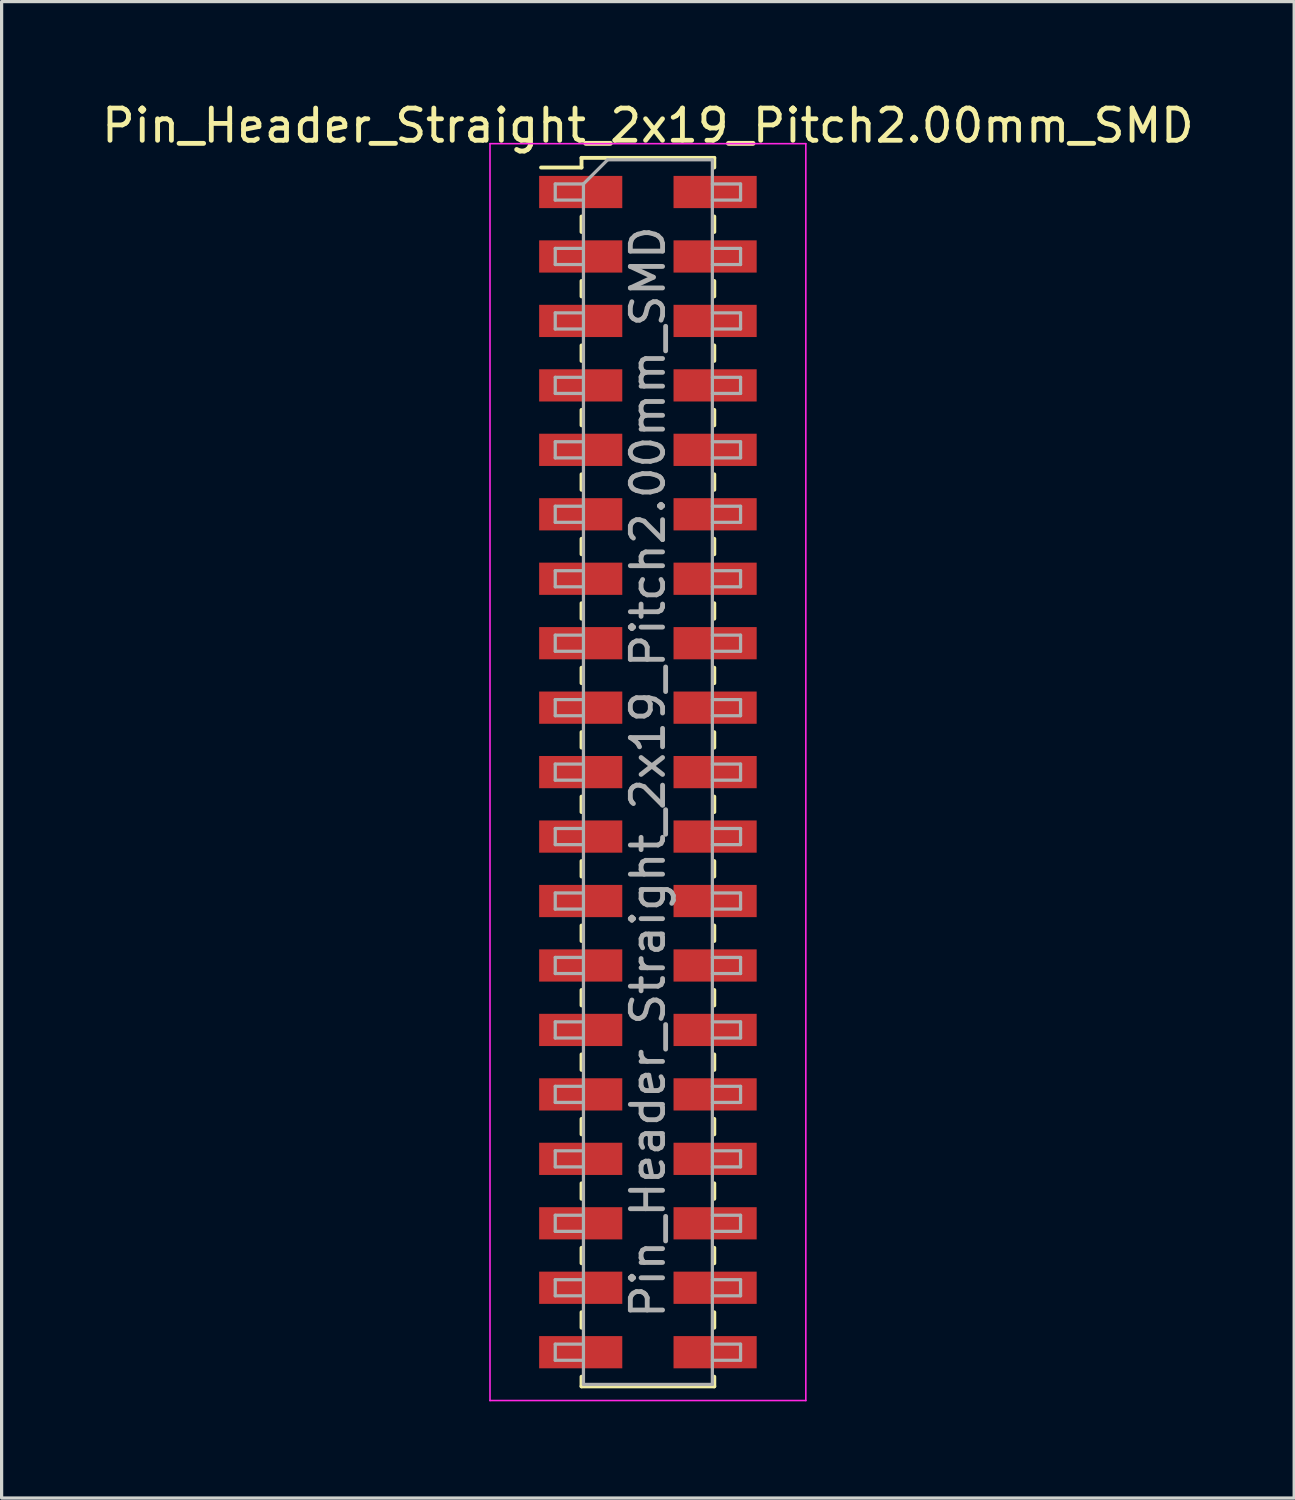
<source format=kicad_pcb>
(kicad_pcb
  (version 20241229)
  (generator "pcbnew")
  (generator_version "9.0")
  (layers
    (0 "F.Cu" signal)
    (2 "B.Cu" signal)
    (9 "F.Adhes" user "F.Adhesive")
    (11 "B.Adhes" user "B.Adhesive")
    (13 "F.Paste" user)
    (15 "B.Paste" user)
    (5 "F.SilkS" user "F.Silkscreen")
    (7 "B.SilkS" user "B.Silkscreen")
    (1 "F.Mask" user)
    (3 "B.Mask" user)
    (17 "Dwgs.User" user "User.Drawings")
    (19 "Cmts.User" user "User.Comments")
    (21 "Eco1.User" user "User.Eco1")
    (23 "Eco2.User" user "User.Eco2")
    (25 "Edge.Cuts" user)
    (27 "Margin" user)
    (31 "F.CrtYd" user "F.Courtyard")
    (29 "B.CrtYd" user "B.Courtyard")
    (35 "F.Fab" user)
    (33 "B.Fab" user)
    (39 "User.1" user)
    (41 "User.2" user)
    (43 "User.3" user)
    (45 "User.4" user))
  (footprint "Pin_Header_Straight_2x19_Pitch2.00mm_SMD"
    (layer "F.Cu")
    (at 17.054 20.908)
    (property "Reference" "Pin_Header_Straight_2x19_Pitch2.00mm_SMD" (at 0 -20.06 0) (layer "F.SilkS") (effects (font (size 1 1) (thickness 0.15))))
    (attr smd)
    (fp_line (start -3.315 -18.76) (end -2.06 -18.76) (stroke (width 0.12) (type solid)) (layer "F.SilkS"))
    (fp_line (start -2.06 -19.06) (end -2.06 -18.76) (stroke (width 0.12) (type solid)) (layer "F.SilkS"))
    (fp_line (start -2.06 -19.06) (end 2.06 -19.06) (stroke (width 0.12) (type solid)) (layer "F.SilkS"))
    (fp_line (start -2.06 -17.24) (end -2.06 -16.76) (stroke (width 0.12) (type solid)) (layer "F.SilkS"))
    (fp_line (start -2.06 -15.24) (end -2.06 -14.76) (stroke (width 0.12) (type solid)) (layer "F.SilkS"))
    (fp_line (start -2.06 -13.24) (end -2.06 -12.76) (stroke (width 0.12) (type solid)) (layer "F.SilkS"))
    (fp_line (start -2.06 -11.24) (end -2.06 -10.76) (stroke (width 0.12) (type solid)) (layer "F.SilkS"))
    (fp_line (start -2.06 -9.24) (end -2.06 -8.76) (stroke (width 0.12) (type solid)) (layer "F.SilkS"))
    (fp_line (start -2.06 -7.24) (end -2.06 -6.76) (stroke (width 0.12) (type solid)) (layer "F.SilkS"))
    (fp_line (start -2.06 -5.24) (end -2.06 -4.76) (stroke (width 0.12) (type solid)) (layer "F.SilkS"))
    (fp_line (start -2.06 -3.24) (end -2.06 -2.76) (stroke (width 0.12) (type solid)) (layer "F.SilkS"))
    (fp_line (start -2.06 -1.24) (end -2.06 -0.76) (stroke (width 0.12) (type solid)) (layer "F.SilkS"))
    (fp_line (start -2.06 0.76) (end -2.06 1.24) (stroke (width 0.12) (type solid)) (layer "F.SilkS"))
    (fp_line (start -2.06 2.76) (end -2.06 3.24) (stroke (width 0.12) (type solid)) (layer "F.SilkS"))
    (fp_line (start -2.06 4.76) (end -2.06 5.24) (stroke (width 0.12) (type solid)) (layer "F.SilkS"))
    (fp_line (start -2.06 6.76) (end -2.06 7.24) (stroke (width 0.12) (type solid)) (layer "F.SilkS"))
    (fp_line (start -2.06 8.76) (end -2.06 9.24) (stroke (width 0.12) (type solid)) (layer "F.SilkS"))
    (fp_line (start -2.06 10.76) (end -2.06 11.24) (stroke (width 0.12) (type solid)) (layer "F.SilkS"))
    (fp_line (start -2.06 12.76) (end -2.06 13.24) (stroke (width 0.12) (type solid)) (layer "F.SilkS"))
    (fp_line (start -2.06 14.76) (end -2.06 15.24) (stroke (width 0.12) (type solid)) (layer "F.SilkS"))
    (fp_line (start -2.06 16.76) (end -2.06 17.24) (stroke (width 0.12) (type solid)) (layer "F.SilkS"))
    (fp_line (start -2.06 18.76) (end -2.06 19.06) (stroke (width 0.12) (type solid)) (layer "F.SilkS"))
    (fp_line (start -2.06 19.06) (end 2.06 19.06) (stroke (width 0.12) (type solid)) (layer "F.SilkS"))
    (fp_line (start 2.06 -19.06) (end 2.06 -18.76) (stroke (width 0.12) (type solid)) (layer "F.SilkS"))
    (fp_line (start 2.06 -17.24) (end 2.06 -16.76) (stroke (width 0.12) (type solid)) (layer "F.SilkS"))
    (fp_line (start 2.06 -15.24) (end 2.06 -14.76) (stroke (width 0.12) (type solid)) (layer "F.SilkS"))
    (fp_line (start 2.06 -13.24) (end 2.06 -12.76) (stroke (width 0.12) (type solid)) (layer "F.SilkS"))
    (fp_line (start 2.06 -11.24) (end 2.06 -10.76) (stroke (width 0.12) (type solid)) (layer "F.SilkS"))
    (fp_line (start 2.06 -9.24) (end 2.06 -8.76) (stroke (width 0.12) (type solid)) (layer "F.SilkS"))
    (fp_line (start 2.06 -7.24) (end 2.06 -6.76) (stroke (width 0.12) (type solid)) (layer "F.SilkS"))
    (fp_line (start 2.06 -5.24) (end 2.06 -4.76) (stroke (width 0.12) (type solid)) (layer "F.SilkS"))
    (fp_line (start 2.06 -3.24) (end 2.06 -2.76) (stroke (width 0.12) (type solid)) (layer "F.SilkS"))
    (fp_line (start 2.06 -1.24) (end 2.06 -0.76) (stroke (width 0.12) (type solid)) (layer "F.SilkS"))
    (fp_line (start 2.06 0.76) (end 2.06 1.24) (stroke (width 0.12) (type solid)) (layer "F.SilkS"))
    (fp_line (start 2.06 2.76) (end 2.06 3.24) (stroke (width 0.12) (type solid)) (layer "F.SilkS"))
    (fp_line (start 2.06 4.76) (end 2.06 5.24) (stroke (width 0.12) (type solid)) (layer "F.SilkS"))
    (fp_line (start 2.06 6.76) (end 2.06 7.24) (stroke (width 0.12) (type solid)) (layer "F.SilkS"))
    (fp_line (start 2.06 8.76) (end 2.06 9.24) (stroke (width 0.12) (type solid)) (layer "F.SilkS"))
    (fp_line (start 2.06 10.76) (end 2.06 11.24) (stroke (width 0.12) (type solid)) (layer "F.SilkS"))
    (fp_line (start 2.06 12.76) (end 2.06 13.24) (stroke (width 0.12) (type solid)) (layer "F.SilkS"))
    (fp_line (start 2.06 14.76) (end 2.06 15.24) (stroke (width 0.12) (type solid)) (layer "F.SilkS"))
    (fp_line (start 2.06 16.76) (end 2.06 17.24) (stroke (width 0.12) (type solid)) (layer "F.SilkS"))
    (fp_line (start 2.06 18.76) (end 2.06 19.06) (stroke (width 0.12) (type solid)) (layer "F.SilkS"))
    (fp_line (start -4.9 -19.5) (end -4.9 19.5) (stroke (width 0.05) (type solid)) (layer "F.CrtYd"))
    (fp_line (start -4.9 19.5) (end 4.9 19.5) (stroke (width 0.05) (type solid)) (layer "F.CrtYd"))
    (fp_line (start 4.9 -19.5) (end -4.9 -19.5) (stroke (width 0.05) (type solid)) (layer "F.CrtYd"))
    (fp_line (start 4.9 19.5) (end 4.9 -19.5) (stroke (width 0.05) (type solid)) (layer "F.CrtYd"))
    (fp_line (start -2.875 -18.25) (end -2.875 -17.75) (stroke (width 0.1) (type solid)) (layer "F.Fab"))
    (fp_line (start -2.875 -17.75) (end -2 -17.75) (stroke (width 0.1) (type solid)) (layer "F.Fab"))
    (fp_line (start -2.875 -16.25) (end -2.875 -15.75) (stroke (width 0.1) (type solid)) (layer "F.Fab"))
    (fp_line (start -2.875 -15.75) (end -2 -15.75) (stroke (width 0.1) (type solid)) (layer "F.Fab"))
    (fp_line (start -2.875 -14.25) (end -2.875 -13.75) (stroke (width 0.1) (type solid)) (layer "F.Fab"))
    (fp_line (start -2.875 -13.75) (end -2 -13.75) (stroke (width 0.1) (type solid)) (layer "F.Fab"))
    (fp_line (start -2.875 -12.25) (end -2.875 -11.75) (stroke (width 0.1) (type solid)) (layer "F.Fab"))
    (fp_line (start -2.875 -11.75) (end -2 -11.75) (stroke (width 0.1) (type solid)) (layer "F.Fab"))
    (fp_line (start -2.875 -10.25) (end -2.875 -9.75) (stroke (width 0.1) (type solid)) (layer "F.Fab"))
    (fp_line (start -2.875 -9.75) (end -2 -9.75) (stroke (width 0.1) (type solid)) (layer "F.Fab"))
    (fp_line (start -2.875 -8.25) (end -2.875 -7.75) (stroke (width 0.1) (type solid)) (layer "F.Fab"))
    (fp_line (start -2.875 -7.75) (end -2 -7.75) (stroke (width 0.1) (type solid)) (layer "F.Fab"))
    (fp_line (start -2.875 -6.25) (end -2.875 -5.75) (stroke (width 0.1) (type solid)) (layer "F.Fab"))
    (fp_line (start -2.875 -5.75) (end -2 -5.75) (stroke (width 0.1) (type solid)) (layer "F.Fab"))
    (fp_line (start -2.875 -4.25) (end -2.875 -3.75) (stroke (width 0.1) (type solid)) (layer "F.Fab"))
    (fp_line (start -2.875 -3.75) (end -2 -3.75) (stroke (width 0.1) (type solid)) (layer "F.Fab"))
    (fp_line (start -2.875 -2.25) (end -2.875 -1.75) (stroke (width 0.1) (type solid)) (layer "F.Fab"))
    (fp_line (start -2.875 -1.75) (end -2 -1.75) (stroke (width 0.1) (type solid)) (layer "F.Fab"))
    (fp_line (start -2.875 -0.25) (end -2.875 0.25) (stroke (width 0.1) (type solid)) (layer "F.Fab"))
    (fp_line (start -2.875 0.25) (end -2 0.25) (stroke (width 0.1) (type solid)) (layer "F.Fab"))
    (fp_line (start -2.875 1.75) (end -2.875 2.25) (stroke (width 0.1) (type solid)) (layer "F.Fab"))
    (fp_line (start -2.875 2.25) (end -2 2.25) (stroke (width 0.1) (type solid)) (layer "F.Fab"))
    (fp_line (start -2.875 3.75) (end -2.875 4.25) (stroke (width 0.1) (type solid)) (layer "F.Fab"))
    (fp_line (start -2.875 4.25) (end -2 4.25) (stroke (width 0.1) (type solid)) (layer "F.Fab"))
    (fp_line (start -2.875 5.75) (end -2.875 6.25) (stroke (width 0.1) (type solid)) (layer "F.Fab"))
    (fp_line (start -2.875 6.25) (end -2 6.25) (stroke (width 0.1) (type solid)) (layer "F.Fab"))
    (fp_line (start -2.875 7.75) (end -2.875 8.25) (stroke (width 0.1) (type solid)) (layer "F.Fab"))
    (fp_line (start -2.875 8.25) (end -2 8.25) (stroke (width 0.1) (type solid)) (layer "F.Fab"))
    (fp_line (start -2.875 9.75) (end -2.875 10.25) (stroke (width 0.1) (type solid)) (layer "F.Fab"))
    (fp_line (start -2.875 10.25) (end -2 10.25) (stroke (width 0.1) (type solid)) (layer "F.Fab"))
    (fp_line (start -2.875 11.75) (end -2.875 12.25) (stroke (width 0.1) (type solid)) (layer "F.Fab"))
    (fp_line (start -2.875 12.25) (end -2 12.25) (stroke (width 0.1) (type solid)) (layer "F.Fab"))
    (fp_line (start -2.875 13.75) (end -2.875 14.25) (stroke (width 0.1) (type solid)) (layer "F.Fab"))
    (fp_line (start -2.875 14.25) (end -2 14.25) (stroke (width 0.1) (type solid)) (layer "F.Fab"))
    (fp_line (start -2.875 15.75) (end -2.875 16.25) (stroke (width 0.1) (type solid)) (layer "F.Fab"))
    (fp_line (start -2.875 16.25) (end -2 16.25) (stroke (width 0.1) (type solid)) (layer "F.Fab"))
    (fp_line (start -2.875 17.75) (end -2.875 18.25) (stroke (width 0.1) (type solid)) (layer "F.Fab"))
    (fp_line (start -2.875 18.25) (end -2 18.25) (stroke (width 0.1) (type solid)) (layer "F.Fab"))
    (fp_line (start -2 -18.25) (end -2.875 -18.25) (stroke (width 0.1) (type solid)) (layer "F.Fab"))
    (fp_line (start -2 -18.25) (end -1.25 -19) (stroke (width 0.1) (type solid)) (layer "F.Fab"))
    (fp_line (start -2 -16.25) (end -2.875 -16.25) (stroke (width 0.1) (type solid)) (layer "F.Fab"))
    (fp_line (start -2 -14.25) (end -2.875 -14.25) (stroke (width 0.1) (type solid)) (layer "F.Fab"))
    (fp_line (start -2 -12.25) (end -2.875 -12.25) (stroke (width 0.1) (type solid)) (layer "F.Fab"))
    (fp_line (start -2 -10.25) (end -2.875 -10.25) (stroke (width 0.1) (type solid)) (layer "F.Fab"))
    (fp_line (start -2 -8.25) (end -2.875 -8.25) (stroke (width 0.1) (type solid)) (layer "F.Fab"))
    (fp_line (start -2 -6.25) (end -2.875 -6.25) (stroke (width 0.1) (type solid)) (layer "F.Fab"))
    (fp_line (start -2 -4.25) (end -2.875 -4.25) (stroke (width 0.1) (type solid)) (layer "F.Fab"))
    (fp_line (start -2 -2.25) (end -2.875 -2.25) (stroke (width 0.1) (type solid)) (layer "F.Fab"))
    (fp_line (start -2 -0.25) (end -2.875 -0.25) (stroke (width 0.1) (type solid)) (layer "F.Fab"))
    (fp_line (start -2 1.75) (end -2.875 1.75) (stroke (width 0.1) (type solid)) (layer "F.Fab"))
    (fp_line (start -2 3.75) (end -2.875 3.75) (stroke (width 0.1) (type solid)) (layer "F.Fab"))
    (fp_line (start -2 5.75) (end -2.875 5.75) (stroke (width 0.1) (type solid)) (layer "F.Fab"))
    (fp_line (start -2 7.75) (end -2.875 7.75) (stroke (width 0.1) (type solid)) (layer "F.Fab"))
    (fp_line (start -2 9.75) (end -2.875 9.75) (stroke (width 0.1) (type solid)) (layer "F.Fab"))
    (fp_line (start -2 11.75) (end -2.875 11.75) (stroke (width 0.1) (type solid)) (layer "F.Fab"))
    (fp_line (start -2 13.75) (end -2.875 13.75) (stroke (width 0.1) (type solid)) (layer "F.Fab"))
    (fp_line (start -2 15.75) (end -2.875 15.75) (stroke (width 0.1) (type solid)) (layer "F.Fab"))
    (fp_line (start -2 17.75) (end -2.875 17.75) (stroke (width 0.1) (type solid)) (layer "F.Fab"))
    (fp_line (start -2 19) (end -2 -18.25) (stroke (width 0.1) (type solid)) (layer "F.Fab"))
    (fp_line (start -1.25 -19) (end 2 -19) (stroke (width 0.1) (type solid)) (layer "F.Fab"))
    (fp_line (start 2 -19) (end 2 19) (stroke (width 0.1) (type solid)) (layer "F.Fab"))
    (fp_line (start 2 -18.25) (end 2.875 -18.25) (stroke (width 0.1) (type solid)) (layer "F.Fab"))
    (fp_line (start 2 -16.25) (end 2.875 -16.25) (stroke (width 0.1) (type solid)) (layer "F.Fab"))
    (fp_line (start 2 -14.25) (end 2.875 -14.25) (stroke (width 0.1) (type solid)) (layer "F.Fab"))
    (fp_line (start 2 -12.25) (end 2.875 -12.25) (stroke (width 0.1) (type solid)) (layer "F.Fab"))
    (fp_line (start 2 -10.25) (end 2.875 -10.25) (stroke (width 0.1) (type solid)) (layer "F.Fab"))
    (fp_line (start 2 -8.25) (end 2.875 -8.25) (stroke (width 0.1) (type solid)) (layer "F.Fab"))
    (fp_line (start 2 -6.25) (end 2.875 -6.25) (stroke (width 0.1) (type solid)) (layer "F.Fab"))
    (fp_line (start 2 -4.25) (end 2.875 -4.25) (stroke (width 0.1) (type solid)) (layer "F.Fab"))
    (fp_line (start 2 -2.25) (end 2.875 -2.25) (stroke (width 0.1) (type solid)) (layer "F.Fab"))
    (fp_line (start 2 -0.25) (end 2.875 -0.25) (stroke (width 0.1) (type solid)) (layer "F.Fab"))
    (fp_line (start 2 1.75) (end 2.875 1.75) (stroke (width 0.1) (type solid)) (layer "F.Fab"))
    (fp_line (start 2 3.75) (end 2.875 3.75) (stroke (width 0.1) (type solid)) (layer "F.Fab"))
    (fp_line (start 2 5.75) (end 2.875 5.75) (stroke (width 0.1) (type solid)) (layer "F.Fab"))
    (fp_line (start 2 7.75) (end 2.875 7.75) (stroke (width 0.1) (type solid)) (layer "F.Fab"))
    (fp_line (start 2 9.75) (end 2.875 9.75) (stroke (width 0.1) (type solid)) (layer "F.Fab"))
    (fp_line (start 2 11.75) (end 2.875 11.75) (stroke (width 0.1) (type solid)) (layer "F.Fab"))
    (fp_line (start 2 13.75) (end 2.875 13.75) (stroke (width 0.1) (type solid)) (layer "F.Fab"))
    (fp_line (start 2 15.75) (end 2.875 15.75) (stroke (width 0.1) (type solid)) (layer "F.Fab"))
    (fp_line (start 2 17.75) (end 2.875 17.75) (stroke (width 0.1) (type solid)) (layer "F.Fab"))
    (fp_line (start 2 19) (end -2 19) (stroke (width 0.1) (type solid)) (layer "F.Fab"))
    (fp_line (start 2.875 -18.25) (end 2.875 -17.75) (stroke (width 0.1) (type solid)) (layer "F.Fab"))
    (fp_line (start 2.875 -17.75) (end 2 -17.75) (stroke (width 0.1) (type solid)) (layer "F.Fab"))
    (fp_line (start 2.875 -16.25) (end 2.875 -15.75) (stroke (width 0.1) (type solid)) (layer "F.Fab"))
    (fp_line (start 2.875 -15.75) (end 2 -15.75) (stroke (width 0.1) (type solid)) (layer "F.Fab"))
    (fp_line (start 2.875 -14.25) (end 2.875 -13.75) (stroke (width 0.1) (type solid)) (layer "F.Fab"))
    (fp_line (start 2.875 -13.75) (end 2 -13.75) (stroke (width 0.1) (type solid)) (layer "F.Fab"))
    (fp_line (start 2.875 -12.25) (end 2.875 -11.75) (stroke (width 0.1) (type solid)) (layer "F.Fab"))
    (fp_line (start 2.875 -11.75) (end 2 -11.75) (stroke (width 0.1) (type solid)) (layer "F.Fab"))
    (fp_line (start 2.875 -10.25) (end 2.875 -9.75) (stroke (width 0.1) (type solid)) (layer "F.Fab"))
    (fp_line (start 2.875 -9.75) (end 2 -9.75) (stroke (width 0.1) (type solid)) (layer "F.Fab"))
    (fp_line (start 2.875 -8.25) (end 2.875 -7.75) (stroke (width 0.1) (type solid)) (layer "F.Fab"))
    (fp_line (start 2.875 -7.75) (end 2 -7.75) (stroke (width 0.1) (type solid)) (layer "F.Fab"))
    (fp_line (start 2.875 -6.25) (end 2.875 -5.75) (stroke (width 0.1) (type solid)) (layer "F.Fab"))
    (fp_line (start 2.875 -5.75) (end 2 -5.75) (stroke (width 0.1) (type solid)) (layer "F.Fab"))
    (fp_line (start 2.875 -4.25) (end 2.875 -3.75) (stroke (width 0.1) (type solid)) (layer "F.Fab"))
    (fp_line (start 2.875 -3.75) (end 2 -3.75) (stroke (width 0.1) (type solid)) (layer "F.Fab"))
    (fp_line (start 2.875 -2.25) (end 2.875 -1.75) (stroke (width 0.1) (type solid)) (layer "F.Fab"))
    (fp_line (start 2.875 -1.75) (end 2 -1.75) (stroke (width 0.1) (type solid)) (layer "F.Fab"))
    (fp_line (start 2.875 -0.25) (end 2.875 0.25) (stroke (width 0.1) (type solid)) (layer "F.Fab"))
    (fp_line (start 2.875 0.25) (end 2 0.25) (stroke (width 0.1) (type solid)) (layer "F.Fab"))
    (fp_line (start 2.875 1.75) (end 2.875 2.25) (stroke (width 0.1) (type solid)) (layer "F.Fab"))
    (fp_line (start 2.875 2.25) (end 2 2.25) (stroke (width 0.1) (type solid)) (layer "F.Fab"))
    (fp_line (start 2.875 3.75) (end 2.875 4.25) (stroke (width 0.1) (type solid)) (layer "F.Fab"))
    (fp_line (start 2.875 4.25) (end 2 4.25) (stroke (width 0.1) (type solid)) (layer "F.Fab"))
    (fp_line (start 2.875 5.75) (end 2.875 6.25) (stroke (width 0.1) (type solid)) (layer "F.Fab"))
    (fp_line (start 2.875 6.25) (end 2 6.25) (stroke (width 0.1) (type solid)) (layer "F.Fab"))
    (fp_line (start 2.875 7.75) (end 2.875 8.25) (stroke (width 0.1) (type solid)) (layer "F.Fab"))
    (fp_line (start 2.875 8.25) (end 2 8.25) (stroke (width 0.1) (type solid)) (layer "F.Fab"))
    (fp_line (start 2.875 9.75) (end 2.875 10.25) (stroke (width 0.1) (type solid)) (layer "F.Fab"))
    (fp_line (start 2.875 10.25) (end 2 10.25) (stroke (width 0.1) (type solid)) (layer "F.Fab"))
    (fp_line (start 2.875 11.75) (end 2.875 12.25) (stroke (width 0.1) (type solid)) (layer "F.Fab"))
    (fp_line (start 2.875 12.25) (end 2 12.25) (stroke (width 0.1) (type solid)) (layer "F.Fab"))
    (fp_line (start 2.875 13.75) (end 2.875 14.25) (stroke (width 0.1) (type solid)) (layer "F.Fab"))
    (fp_line (start 2.875 14.25) (end 2 14.25) (stroke (width 0.1) (type solid)) (layer "F.Fab"))
    (fp_line (start 2.875 15.75) (end 2.875 16.25) (stroke (width 0.1) (type solid)) (layer "F.Fab"))
    (fp_line (start 2.875 16.25) (end 2 16.25) (stroke (width 0.1) (type solid)) (layer "F.Fab"))
    (fp_line (start 2.875 17.75) (end 2.875 18.25) (stroke (width 0.1) (type solid)) (layer "F.Fab"))
    (fp_line (start 2.875 18.25) (end 2 18.25) (stroke (width 0.1) (type solid)) (layer "F.Fab"))
    (fp_text user "${REFERENCE}" (at 0 0 90) (layer "F.Fab") (effects (font (size 1 1) (thickness 0.15))))
    (pad "1" smd rect (at -2.085 -18) (size 2.58 1) (layers "F.Cu" "F.Mask" "F.Paste"))
    (pad "2" smd rect (at 2.085 -18) (size 2.58 1) (layers "F.Cu" "F.Mask" "F.Paste"))
    (pad "3" smd rect (at -2.085 -16) (size 2.58 1) (layers "F.Cu" "F.Mask" "F.Paste"))
    (pad "4" smd rect (at 2.085 -16) (size 2.58 1) (layers "F.Cu" "F.Mask" "F.Paste"))
    (pad "5" smd rect (at -2.085 -14) (size 2.58 1) (layers "F.Cu" "F.Mask" "F.Paste"))
    (pad "6" smd rect (at 2.085 -14) (size 2.58 1) (layers "F.Cu" "F.Mask" "F.Paste"))
    (pad "7" smd rect (at -2.085 -12) (size 2.58 1) (layers "F.Cu" "F.Mask" "F.Paste"))
    (pad "8" smd rect (at 2.085 -12) (size 2.58 1) (layers "F.Cu" "F.Mask" "F.Paste"))
    (pad "9" smd rect (at -2.085 -10) (size 2.58 1) (layers "F.Cu" "F.Mask" "F.Paste"))
    (pad "10" smd rect (at 2.085 -10) (size 2.58 1) (layers "F.Cu" "F.Mask" "F.Paste"))
    (pad "11" smd rect (at -2.085 -8) (size 2.58 1) (layers "F.Cu" "F.Mask" "F.Paste"))
    (pad "12" smd rect (at 2.085 -8) (size 2.58 1) (layers "F.Cu" "F.Mask" "F.Paste"))
    (pad "13" smd rect (at -2.085 -6) (size 2.58 1) (layers "F.Cu" "F.Mask" "F.Paste"))
    (pad "14" smd rect (at 2.085 -6) (size 2.58 1) (layers "F.Cu" "F.Mask" "F.Paste"))
    (pad "15" smd rect (at -2.085 -4) (size 2.58 1) (layers "F.Cu" "F.Mask" "F.Paste"))
    (pad "16" smd rect (at 2.085 -4) (size 2.58 1) (layers "F.Cu" "F.Mask" "F.Paste"))
    (pad "17" smd rect (at -2.085 -2) (size 2.58 1) (layers "F.Cu" "F.Mask" "F.Paste"))
    (pad "18" smd rect (at 2.085 -2) (size 2.58 1) (layers "F.Cu" "F.Mask" "F.Paste"))
    (pad "19" smd rect (at -2.085 0) (size 2.58 1) (layers "F.Cu" "F.Mask" "F.Paste"))
    (pad "20" smd rect (at 2.085 0) (size 2.58 1) (layers "F.Cu" "F.Mask" "F.Paste"))
    (pad "21" smd rect (at -2.085 2) (size 2.58 1) (layers "F.Cu" "F.Mask" "F.Paste"))
    (pad "22" smd rect (at 2.085 2) (size 2.58 1) (layers "F.Cu" "F.Mask" "F.Paste"))
    (pad "23" smd rect (at -2.085 4) (size 2.58 1) (layers "F.Cu" "F.Mask" "F.Paste"))
    (pad "24" smd rect (at 2.085 4) (size 2.58 1) (layers "F.Cu" "F.Mask" "F.Paste"))
    (pad "25" smd rect (at -2.085 6) (size 2.58 1) (layers "F.Cu" "F.Mask" "F.Paste"))
    (pad "26" smd rect (at 2.085 6) (size 2.58 1) (layers "F.Cu" "F.Mask" "F.Paste"))
    (pad "27" smd rect (at -2.085 8) (size 2.58 1) (layers "F.Cu" "F.Mask" "F.Paste"))
    (pad "28" smd rect (at 2.085 8) (size 2.58 1) (layers "F.Cu" "F.Mask" "F.Paste"))
    (pad "29" smd rect (at -2.085 10) (size 2.58 1) (layers "F.Cu" "F.Mask" "F.Paste"))
    (pad "30" smd rect (at 2.085 10) (size 2.58 1) (layers "F.Cu" "F.Mask" "F.Paste"))
    (pad "31" smd rect (at -2.085 12) (size 2.58 1) (layers "F.Cu" "F.Mask" "F.Paste"))
    (pad "32" smd rect (at 2.085 12) (size 2.58 1) (layers "F.Cu" "F.Mask" "F.Paste"))
    (pad "33" smd rect (at -2.085 14) (size 2.58 1) (layers "F.Cu" "F.Mask" "F.Paste"))
    (pad "34" smd rect (at 2.085 14) (size 2.58 1) (layers "F.Cu" "F.Mask" "F.Paste"))
    (pad "35" smd rect (at -2.085 16) (size 2.58 1) (layers "F.Cu" "F.Mask" "F.Paste"))
    (pad "36" smd rect (at 2.085 16) (size 2.58 1) (layers "F.Cu" "F.Mask" "F.Paste"))
    (pad "37" smd rect (at -2.085 18) (size 2.58 1) (layers "F.Cu" "F.Mask" "F.Paste"))
    (pad "38" smd rect (at 2.085 18) (size 2.58 1) (layers "F.Cu" "F.Mask" "F.Paste")))
  (gr_rect
    (start -3 -3)
    (end 37.107 43.433)
    (stroke (width 0.1) (type default))
    (fill no)
    (layer "Edge.Cuts")))
</source>
